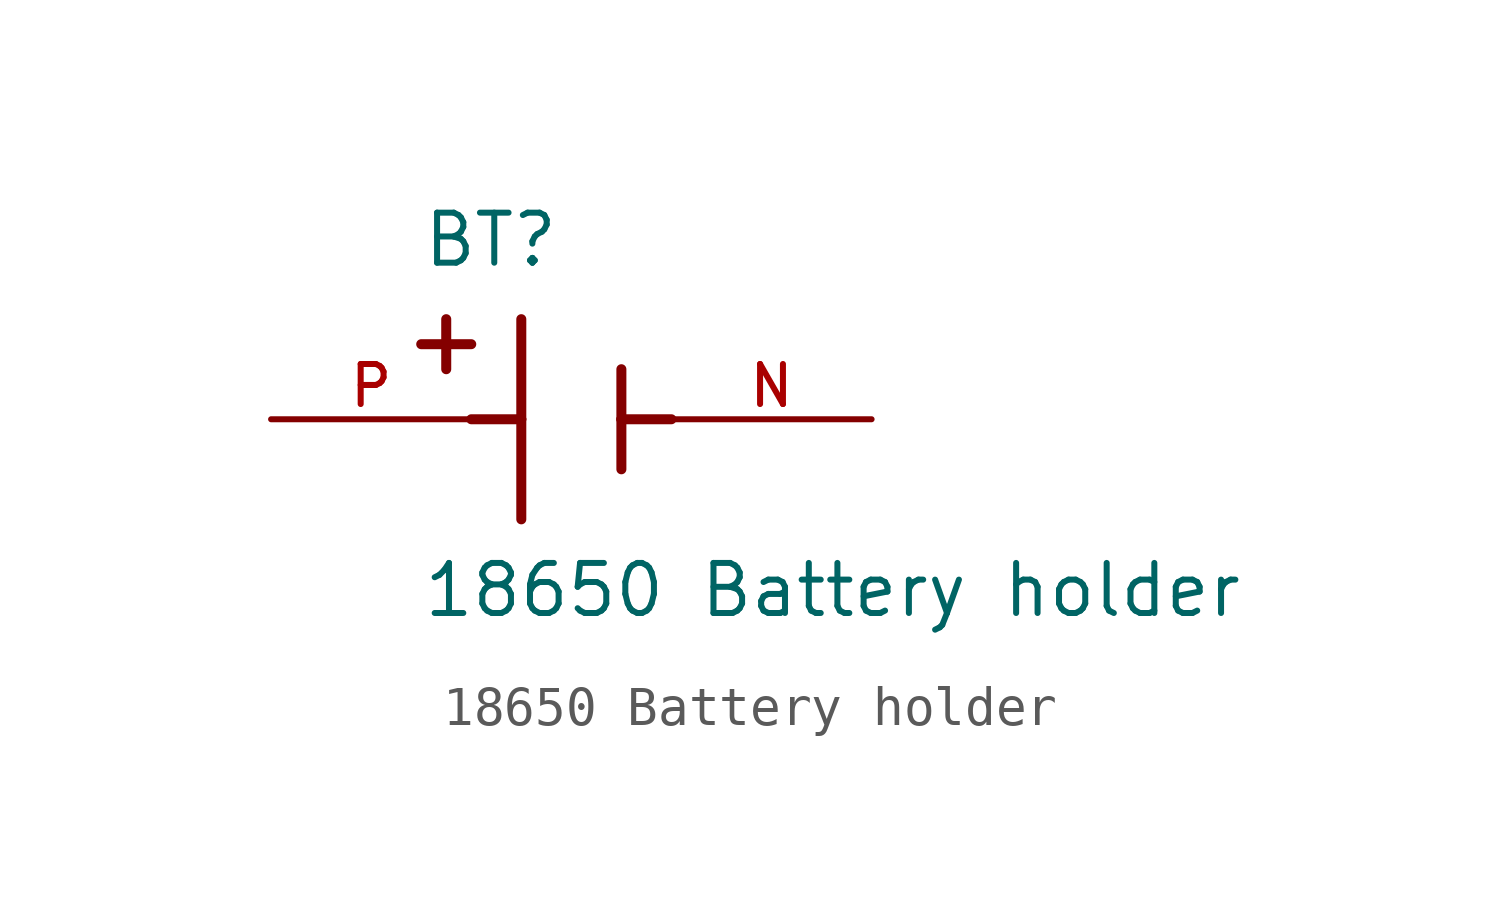
<source format=kicad_sym>
(kicad_symbol_lib
  (version 20231120)
  (generator "kicad_symbol_editor")
  (generator_version "8.0")
  (symbol "18650 Battery holder"
    (pin_names
      (offset 1.016))
    (property "Reference" "BT"
      (at -3.81 3.81 0)
      (effects (font (size 1.27 1.27)) (justify left bottom)))
    (property "Value" "18650 Battery holder"
      (at -3.81 -5.08 0)
      (effects (font (size 1.27 1.27)) (justify left bottom)))
    (symbol "18650 Battery holder_0_0"
      (polyline (pts (xy -3.81 1.905) (xy -2.54 1.905)) (stroke (width 0.254) (type default)) (fill (type none)))
      (polyline (pts (xy -3.175 2.54) (xy -3.175 1.27)) (stroke (width 0.254) (type default)) (fill (type none)))
      (polyline (pts (xy -1.27 0) (xy -2.54 0)) (stroke (width 0.254) (type default)) (fill (type none)))
      (polyline (pts (xy -1.27 0) (xy -1.27 -2.54)) (stroke (width 0.254) (type default)) (fill (type none)))
      (polyline (pts (xy -1.27 2.54) (xy -1.27 0)) (stroke (width 0.254) (type default)) (fill (type none)))
      (polyline (pts (xy 1.27 0) (xy 1.27 -1.27)) (stroke (width 0.254) (type default)) (fill (type none)))
      (polyline (pts (xy 1.27 0) (xy 2.54 0)) (stroke (width 0.254) (type default)) (fill (type none)))
      (polyline (pts (xy 1.27 1.27) (xy 1.27 0)) (stroke (width 0.254) (type default)) (fill (type none)))
      (pin passive line (at 7.62 0 180) (length 5.08) (name "~" (effects (font (size 1.016 1.016)))) (number "N" (effects (font (size 1.016 1.016)))))
      (pin passive line (at -7.62 0 0) (length 5.08) (name "~" (effects (font (size 1.016 1.016)))) (number "P" (effects (font (size 1.016 1.016))))))))
</source>
